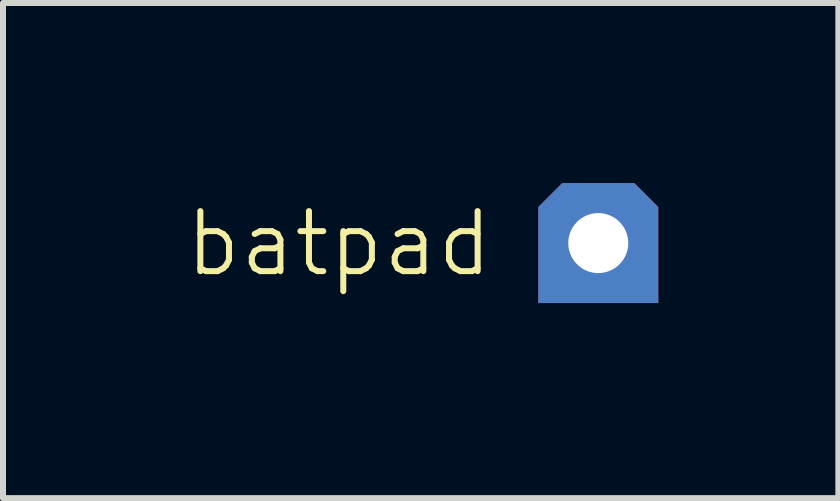
<source format=kicad_pcb>
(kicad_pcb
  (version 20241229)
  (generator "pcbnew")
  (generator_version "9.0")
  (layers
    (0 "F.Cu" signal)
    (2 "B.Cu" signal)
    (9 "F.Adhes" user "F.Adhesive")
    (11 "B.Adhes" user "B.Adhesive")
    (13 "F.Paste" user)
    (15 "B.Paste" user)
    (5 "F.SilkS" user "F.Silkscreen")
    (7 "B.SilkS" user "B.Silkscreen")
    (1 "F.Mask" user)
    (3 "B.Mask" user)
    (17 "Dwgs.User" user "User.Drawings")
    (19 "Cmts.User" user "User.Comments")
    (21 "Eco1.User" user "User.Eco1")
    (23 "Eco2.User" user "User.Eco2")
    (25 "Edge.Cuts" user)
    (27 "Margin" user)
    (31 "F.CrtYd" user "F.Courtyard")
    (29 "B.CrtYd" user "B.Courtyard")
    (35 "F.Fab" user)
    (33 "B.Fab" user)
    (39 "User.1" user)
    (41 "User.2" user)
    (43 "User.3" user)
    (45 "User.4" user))
  (footprint "batpad"
    (layer "F.Cu")
    (at 5.918 2)
    (property "Reference" "batpad" (at -3.32 -0.99 0) (unlocked yes) (layer "F.SilkS") (effects (font (size 1 1) (thickness 0.1))))
    (attr through_hole)
    (pad "1" thru_hole custom (at 1 -1) (size 2 2) (drill 1) (layers "*.Cu" "*.Mask") (options (anchor circle)) (primitives (gr_poly (pts (xy 0.35 -0.66) (xy -0.22 -0.67) (xy -0.23 -0.17) (xy -0.77 -0.16) (xy -0.79 0.36) (xy -0.22 0.34) (xy -0.24 0.78) (xy 0.37 0.76) (xy 0.32 0.28) (xy 0.7 0.3) (xy 0.7 -0.16) (xy 0.37 -0.14) (xy 0.34 -0.67)) (width 0.2) (fill yes)) (gr_poly (pts (xy -1 -0.6) (xy -0.6 -1) (xy 0.6 -1) (xy 1 -0.6) (xy 1 1) (xy -1 1)) (width 0) (fill yes)))))
  (gr_rect
    (start -3 -3)
    (end 10.918 5.25)
    (stroke (width 0.1) (type default))
    (fill no)
    (layer "Edge.Cuts")))
</source>
